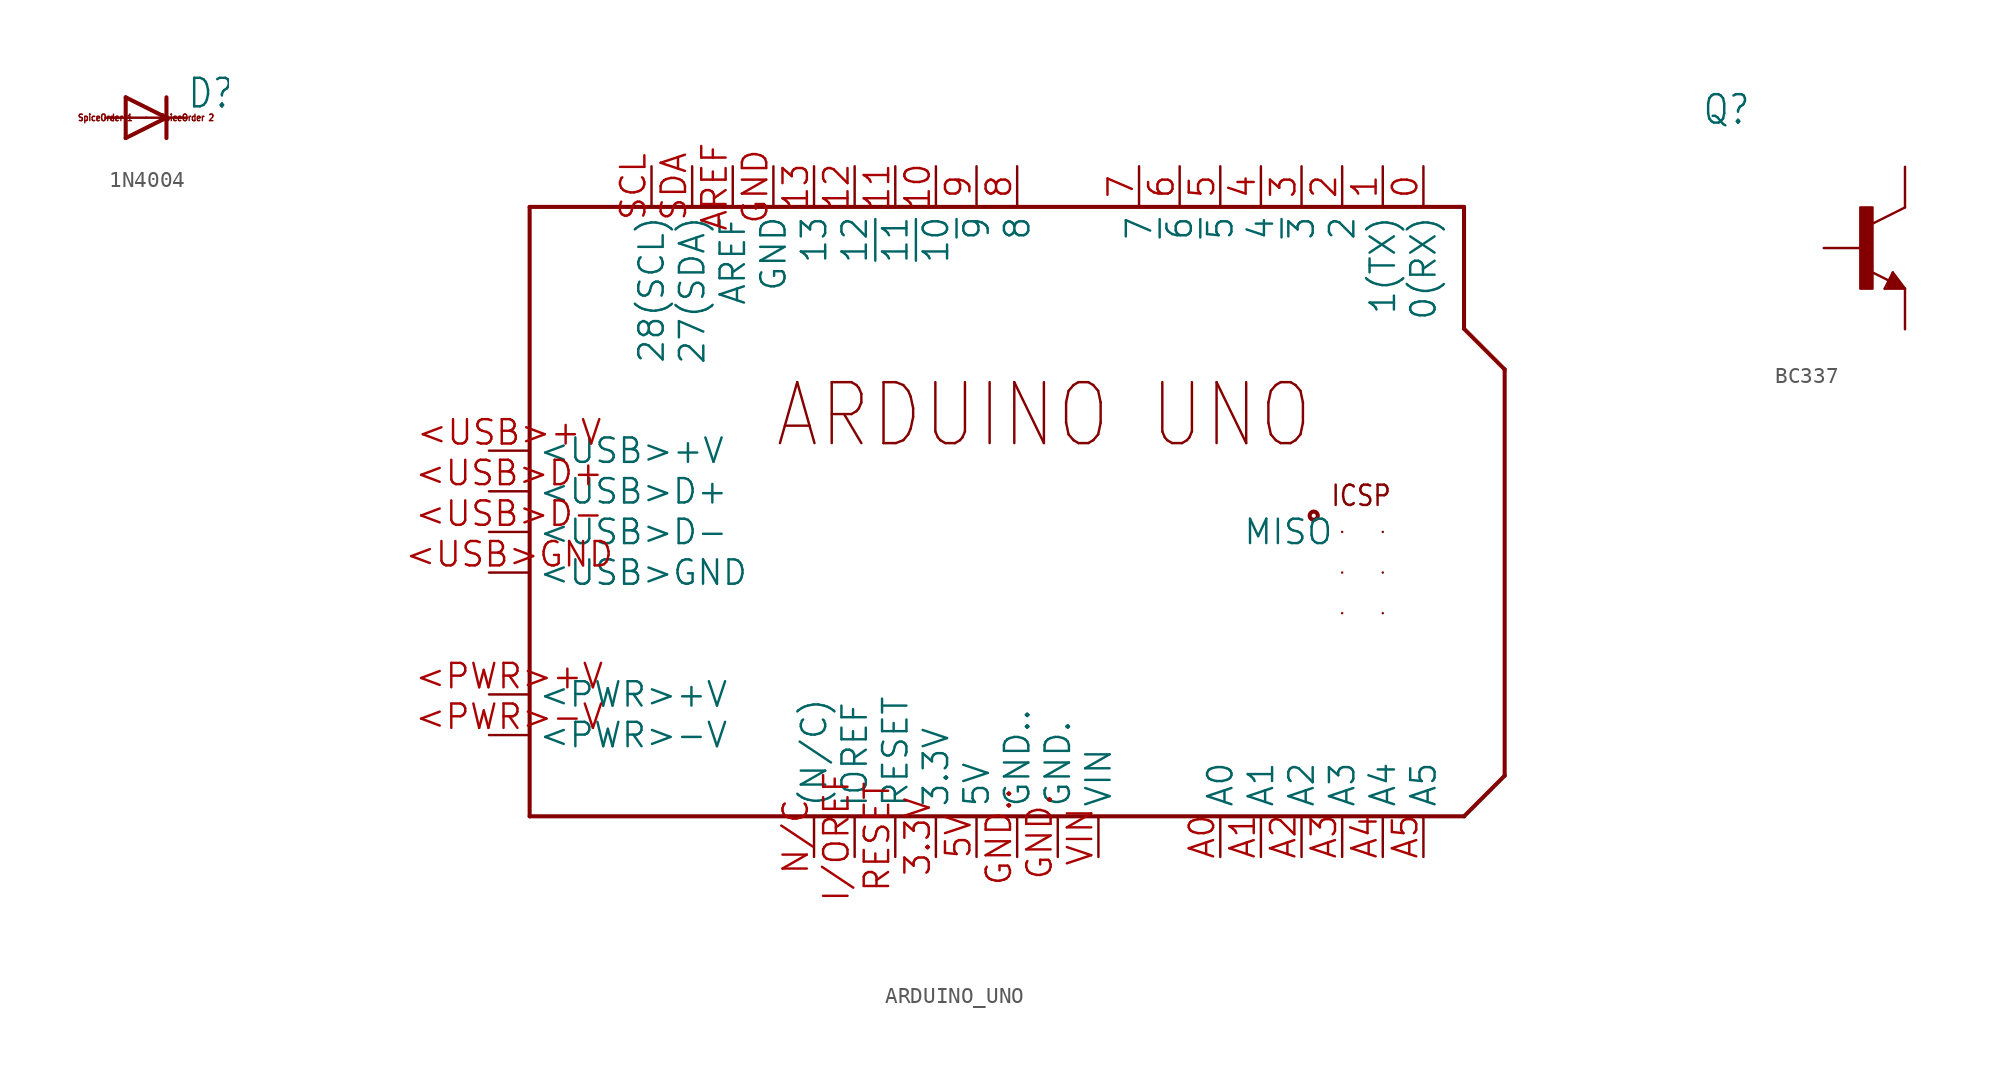
<source format=kicad_sym>
(kicad_symbol_lib
  (version 20241209)
  (generator "kicad_symbol_editor")
  (generator_version "9.0")
  (symbol "1N4004"
    (property "Reference" "D"
      (at 2.54 0.483 0)
      (effects (font (size 1.778 1.511)) (justify left bottom)))
    (property "Value" ""
      (at 2.54 -2.311 0)
      (effects (font (size 1.778 1.511)) (justify left bottom)))
    (property "ki_locked" ""
      (at 0 0 0)
      (effects (font (size 1.27 1.27))))
    (symbol "1N4004_1_0"
      (polyline (pts (xy -1.27 1.27) (xy -1.27 -1.27)) (stroke (width 0.254) (type solid)) (fill (type none)))
      (polyline (pts (xy -1.27 -1.27) (xy 1.27 0)) (stroke (width 0.254) (type solid)) (fill (type none)))
      (polyline (pts (xy 1.27 1.27) (xy 1.27 0)) (stroke (width 0.254) (type solid)) (fill (type none)))
      (polyline (pts (xy 1.27 0) (xy -1.27 1.27)) (stroke (width 0.254) (type solid)) (fill (type none)))
      (polyline (pts (xy 1.27 0) (xy 1.27 -1.27)) (stroke (width 0.254) (type solid)) (fill (type none)))
      (text "SpiceOrder 1" (at -2.54 0 0) (effects (font (size 0.406 0.345))))
      (text "SpiceOrder 2" (at 2.54 0 0) (effects (font (size 0.406 0.345))))
      (pin passive line (at -2.54 0 0) (length 2.54) (name "A" (effects (font (size 0 0)))) (number "A" (effects (font (size 0 0)))))
      (pin passive line (at 2.54 0 180) (length 2.54) (name "C" (effects (font (size 0 0)))) (number "C" (effects (font (size 0 0)))))))
  (symbol "ARDUINO_UNO"
    (property "Reference" "PCB"
      (at 0 0 0)
      (effects (font (size 1.27 1.27)) (hide yes)))
    (property "ki_locked" ""
      (at 0 0 0)
      (effects (font (size 1.27 1.27))))
    (symbol "ARDUINO_UNO_1_0"
      (polyline (pts (xy -30.48 17.78) (xy 27.94 17.78)) (stroke (width 0.254) (type solid)) (fill (type none)))
      (polyline (pts (xy -30.48 -20.32) (xy -30.48 17.78)) (stroke (width 0.254) (type solid)) (fill (type none)))
      (circle (center 18.542 -1.524) (radius 0.254) (stroke (width 0.254) (type solid)) (fill (type none)))
      (polyline (pts (xy 27.94 17.78) (xy 27.94 10.16)) (stroke (width 0.254) (type solid)) (fill (type none)))
      (polyline (pts (xy 27.94 10.16) (xy 30.48 7.62)) (stroke (width 0.254) (type solid)) (fill (type none)))
      (polyline (pts (xy 27.94 -20.32) (xy -30.48 -20.32)) (stroke (width 0.254) (type solid)) (fill (type none)))
      (polyline (pts (xy 30.48 7.62) (xy 30.48 -17.78)) (stroke (width 0.254) (type solid)) (fill (type none)))
      (polyline (pts (xy 30.48 -17.78) (xy 27.94 -20.32)) (stroke (width 0.254) (type solid)) (fill (type none)))
      (text "ARDUINO UNO" (at -15.24 2.54 0) (effects (font (size 3.81 3.239)) (justify left bottom)))
      (text "ICSP" (at 19.558 -1.016 0) (effects (font (size 1.27 1.079)) (justify left bottom)))
      (pin bidirectional line (at -33.02 2.54 0) (length 2.54) (name "<USB>+V" (effects (font (size 1.524 1.524)))) (number "<USB>+V" (effects (font (size 1.524 1.524)))))
      (pin bidirectional line (at -33.02 0 0) (length 2.54) (name "<USB>D+" (effects (font (size 1.524 1.524)))) (number "<USB>D+" (effects (font (size 1.524 1.524)))))
      (pin bidirectional line (at -33.02 -2.54 0) (length 2.54) (name "<USB>D-" (effects (font (size 1.524 1.524)))) (number "<USB>D-" (effects (font (size 1.524 1.524)))))
      (pin bidirectional line (at -33.02 -5.08 0) (length 2.54) (name "<USB>GND" (effects (font (size 1.524 1.524)))) (number "<USB>GND" (effects (font (size 1.524 1.524)))))
      (pin bidirectional line (at -33.02 -12.7 0) (length 2.54) (name "<PWR>+V" (effects (font (size 1.524 1.524)))) (number "<PWR>+V" (effects (font (size 1.524 1.524)))))
      (pin bidirectional line (at -33.02 -15.24 0) (length 2.54) (name "<PWR>-V" (effects (font (size 1.524 1.524)))) (number "<PWR>-V" (effects (font (size 1.524 1.524)))))
      (pin bidirectional line (at -22.86 20.32 270) (length 2.54) (name "28(SCL)" (effects (font (size 1.524 1.524)))) (number "SCL" (effects (font (size 1.524 1.524)))))
      (pin bidirectional line (at -20.32 20.32 270) (length 2.54) (name "27(SDA)" (effects (font (size 1.524 1.524)))) (number "SDA" (effects (font (size 1.524 1.524)))))
      (pin bidirectional line (at -17.78 20.32 270) (length 2.54) (name "AREF" (effects (font (size 1.524 1.524)))) (number "AREF" (effects (font (size 1.524 1.524)))))
      (pin bidirectional line (at -15.24 20.32 270) (length 2.54) (name "GND" (effects (font (size 1.524 1.524)))) (number "GND" (effects (font (size 1.524 1.524)))))
      (pin bidirectional line (at -12.7 20.32 270) (length 2.54) (name "13" (effects (font (size 1.524 1.524)))) (number "13" (effects (font (size 1.524 1.524)))))
      (pin bidirectional line (at -12.7 -22.86 90) (length 2.54) (name "(N/C)" (effects (font (size 1.524 1.524)))) (number "N/C" (effects (font (size 1.524 1.524)))))
      (pin bidirectional line (at -10.16 20.32 270) (length 2.54) (name "12" (effects (font (size 1.524 1.524)))) (number "12" (effects (font (size 1.524 1.524)))))
      (pin bidirectional line (at -10.16 -22.86 90) (length 2.54) (name "IOREF" (effects (font (size 1.524 1.524)))) (number "I/OREF" (effects (font (size 1.524 1.524)))))
      (pin bidirectional line (at -7.62 20.32 270) (length 2.54) (name "~{11}" (effects (font (size 1.524 1.524)))) (number "11" (effects (font (size 1.524 1.524)))))
      (pin bidirectional line (at -7.62 -22.86 90) (length 2.54) (name "RESET" (effects (font (size 1.524 1.524)))) (number "RESET" (effects (font (size 1.524 1.524)))))
      (pin bidirectional line (at -5.08 20.32 270) (length 2.54) (name "~{10}" (effects (font (size 1.524 1.524)))) (number "10" (effects (font (size 1.524 1.524)))))
      (pin bidirectional line (at -5.08 -22.86 90) (length 2.54) (name "3.3V" (effects (font (size 1.524 1.524)))) (number "3.3V" (effects (font (size 1.524 1.524)))))
      (pin bidirectional line (at -2.54 20.32 270) (length 2.54) (name "~{9}" (effects (font (size 1.524 1.524)))) (number "9" (effects (font (size 1.524 1.524)))))
      (pin bidirectional line (at -2.54 -22.86 90) (length 2.54) (name "5V" (effects (font (size 1.524 1.524)))) (number "5V" (effects (font (size 1.524 1.524)))))
      (pin bidirectional line (at 0 20.32 270) (length 2.54) (name "8" (effects (font (size 1.524 1.524)))) (number "8" (effects (font (size 1.524 1.524)))))
      (pin bidirectional line (at 0 -22.86 90) (length 2.54) (name "GND.." (effects (font (size 1.524 1.524)))) (number "GND.." (effects (font (size 1.524 1.524)))))
      (pin bidirectional line (at 2.54 -22.86 90) (length 2.54) (name "GND." (effects (font (size 1.524 1.524)))) (number "GND." (effects (font (size 1.524 1.524)))))
      (pin bidirectional line (at 5.08 -22.86 90) (length 2.54) (name "VIN" (effects (font (size 1.524 1.524)))) (number "VIN" (effects (font (size 1.524 1.524)))))
      (pin bidirectional line (at 7.62 20.32 270) (length 2.54) (name "7" (effects (font (size 1.524 1.524)))) (number "7" (effects (font (size 1.524 1.524)))))
      (pin bidirectional line (at 10.16 20.32 270) (length 2.54) (name "~{6}" (effects (font (size 1.524 1.524)))) (number "6" (effects (font (size 1.524 1.524)))))
      (pin bidirectional line (at 12.7 20.32 270) (length 2.54) (name "~{5}" (effects (font (size 1.524 1.524)))) (number "5" (effects (font (size 1.524 1.524)))))
      (pin bidirectional line (at 12.7 -22.86 90) (length 2.54) (name "A0" (effects (font (size 1.524 1.524)))) (number "A0" (effects (font (size 1.524 1.524)))))
      (pin bidirectional line (at 15.24 20.32 270) (length 2.54) (name "4" (effects (font (size 1.524 1.524)))) (number "4" (effects (font (size 1.524 1.524)))))
      (pin bidirectional line (at 15.24 -22.86 90) (length 2.54) (name "A1" (effects (font (size 1.524 1.524)))) (number "A1" (effects (font (size 1.524 1.524)))))
      (pin bidirectional line (at 17.78 20.32 270) (length 2.54) (name "~{3}" (effects (font (size 1.524 1.524)))) (number "3" (effects (font (size 1.524 1.524)))))
      (pin bidirectional line (at 17.78 -22.86 90) (length 2.54) (name "A2" (effects (font (size 1.524 1.524)))) (number "A2" (effects (font (size 1.524 1.524)))))
      (pin bidirectional line (at 20.32 20.32 270) (length 2.54) (name "2" (effects (font (size 1.524 1.524)))) (number "2" (effects (font (size 1.524 1.524)))))
      (pin bidirectional line (at 20.32 -2.54 180) (length 0) (name "MISO" (effects (font (size 1.524 1.524)))) (number "01" (effects (font (size 0 0)))))
      (pin bidirectional line (at 20.32 -5.08 180) (length 0) (name "SCK" (effects (font (size 0 0)))) (number "SCK" (effects (font (size 0 0)))))
      (pin bidirectional line (at 20.32 -7.62 180) (length 0) (name "RESET." (effects (font (size 0 0)))) (number "RESET." (effects (font (size 0 0)))))
      (pin bidirectional line (at 20.32 -22.86 90) (length 2.54) (name "A3" (effects (font (size 1.524 1.524)))) (number "A3" (effects (font (size 1.524 1.524)))))
      (pin bidirectional line (at 22.86 20.32 270) (length 2.54) (name "1(TX)" (effects (font (size 1.524 1.524)))) (number "1" (effects (font (size 1.524 1.524)))))
      (pin bidirectional line (at 22.86 -2.54 0) (length 0) (name "+5V" (effects (font (size 0 0)))) (number "+5V" (effects (font (size 0 0)))))
      (pin bidirectional line (at 22.86 -5.08 0) (length 0) (name "MOSI" (effects (font (size 0 0)))) (number "MOSI" (effects (font (size 0 0)))))
      (pin bidirectional line (at 22.86 -7.62 0) (length 0) (name "GND_" (effects (font (size 0 0)))) (number "GND_" (effects (font (size 0 0)))))
      (pin bidirectional line (at 22.86 -22.86 90) (length 2.54) (name "A4" (effects (font (size 1.524 1.524)))) (number "A4" (effects (font (size 1.524 1.524)))))
      (pin bidirectional line (at 25.4 20.32 270) (length 2.54) (name "0(RX)" (effects (font (size 1.524 1.524)))) (number "0" (effects (font (size 1.524 1.524)))))
      (pin bidirectional line (at 25.4 -22.86 90) (length 2.54) (name "A5" (effects (font (size 1.524 1.524)))) (number "A5" (effects (font (size 1.524 1.524)))))))
  (symbol "BC337"
    (property "Reference" "Q"
      (at -10.16 7.62 0)
      (effects (font (size 1.778 1.511)) (justify left bottom)))
    (property "Value" ""
      (at -10.16 5.08 0)
      (effects (font (size 1.778 1.511)) (justify left bottom)))
    (property "ki_locked" ""
      (at 0 0 0)
      (effects (font (size 1.27 1.27))))
    (symbol "BC337_1_0"
      (rectangle (start -0.254 -2.54) (end 0.508 2.54) (stroke (width 0) (type default)) (fill (type outline)))
      (polyline (pts (xy 1.27 -2.54) (xy 1.778 -1.524)) (stroke (width 0.152) (type solid)) (fill (type none)))
      (polyline (pts (xy 1.524 -2.286) (xy 1.905 -2.286)) (stroke (width 0.254) (type solid)) (fill (type none)))
      (polyline (pts (xy 1.524 -2.413) (xy 2.286 -2.413)) (stroke (width 0.254) (type solid)) (fill (type none)))
      (polyline (pts (xy 1.54 -2.04) (xy 0.308 -1.424)) (stroke (width 0.152) (type solid)) (fill (type none)))
      (polyline (pts (xy 1.778 -1.524) (xy 2.54 -2.54)) (stroke (width 0.152) (type solid)) (fill (type none)))
      (polyline (pts (xy 1.778 -1.778) (xy 1.524 -2.286)) (stroke (width 0.254) (type solid)) (fill (type none)))
      (polyline (pts (xy 1.905 -2.286) (xy 1.778 -2.032)) (stroke (width 0.254) (type solid)) (fill (type none)))
      (polyline (pts (xy 2.286 -2.413) (xy 1.778 -1.778)) (stroke (width 0.254) (type solid)) (fill (type none)))
      (polyline (pts (xy 2.54 2.54) (xy 0.508 1.524)) (stroke (width 0.152) (type solid)) (fill (type none)))
      (polyline (pts (xy 2.54 -2.54) (xy 1.27 -2.54)) (stroke (width 0.152) (type solid)) (fill (type none)))
      (pin passive line (at -2.54 0 0) (length 2.54) (name "B" (effects (font (size 0 0)))) (number "2" (effects (font (size 0 0)))))
      (pin passive line (at 2.54 5.08 270) (length 2.54) (name "C" (effects (font (size 0 0)))) (number "3" (effects (font (size 0 0)))))
      (pin passive line (at 2.54 -5.08 90) (length 2.54) (name "E" (effects (font (size 0 0)))) (number "1" (effects (font (size 0 0))))))))
</source>
